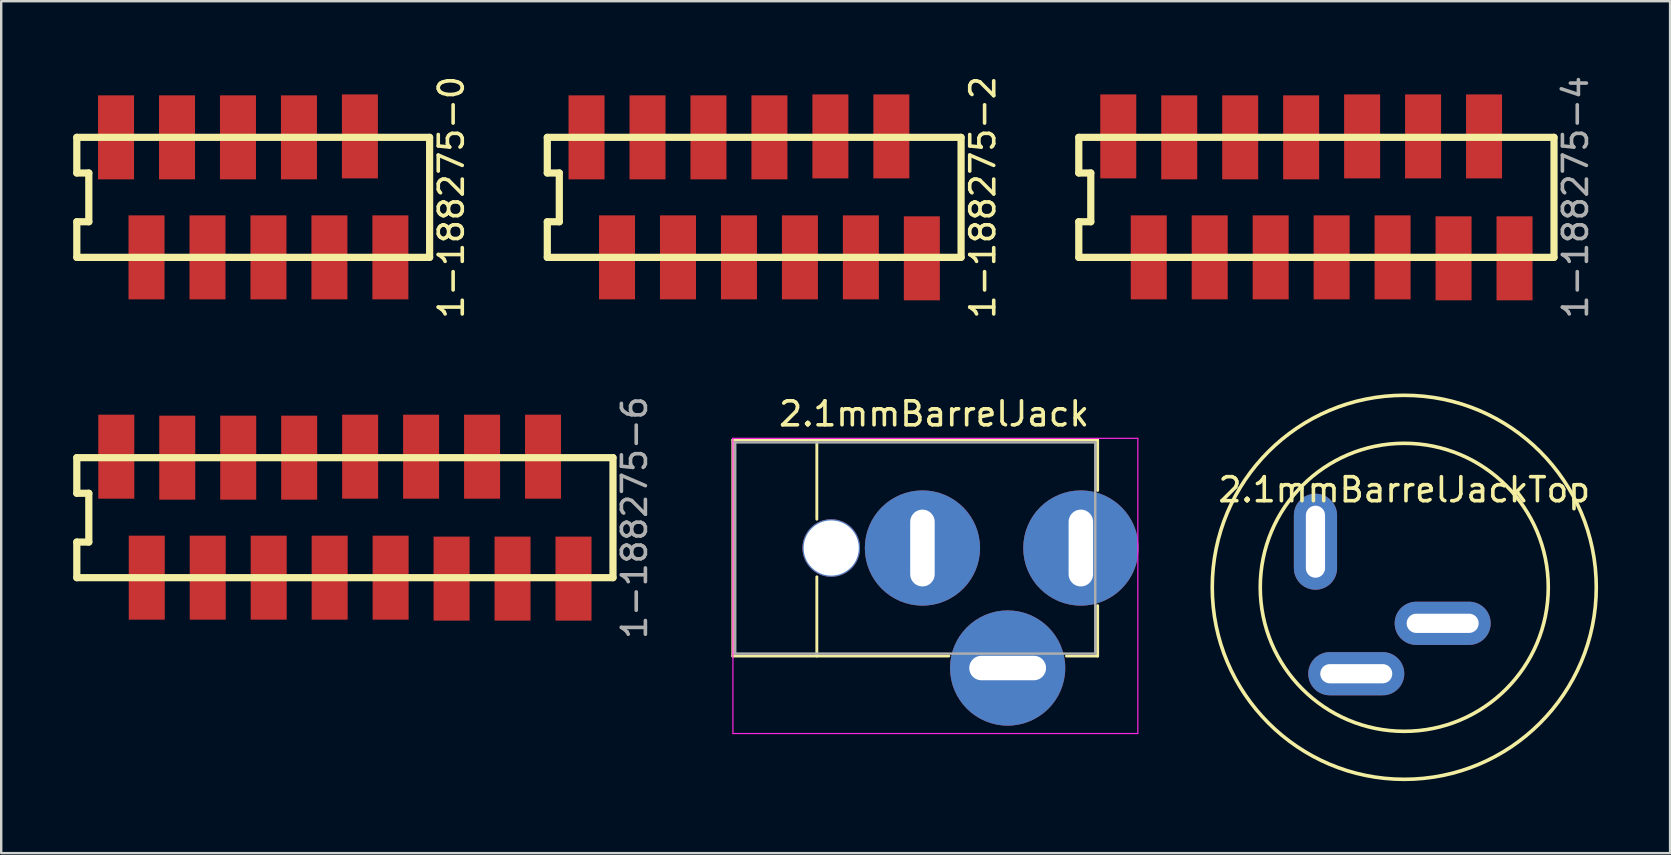
<source format=kicad_pcb>
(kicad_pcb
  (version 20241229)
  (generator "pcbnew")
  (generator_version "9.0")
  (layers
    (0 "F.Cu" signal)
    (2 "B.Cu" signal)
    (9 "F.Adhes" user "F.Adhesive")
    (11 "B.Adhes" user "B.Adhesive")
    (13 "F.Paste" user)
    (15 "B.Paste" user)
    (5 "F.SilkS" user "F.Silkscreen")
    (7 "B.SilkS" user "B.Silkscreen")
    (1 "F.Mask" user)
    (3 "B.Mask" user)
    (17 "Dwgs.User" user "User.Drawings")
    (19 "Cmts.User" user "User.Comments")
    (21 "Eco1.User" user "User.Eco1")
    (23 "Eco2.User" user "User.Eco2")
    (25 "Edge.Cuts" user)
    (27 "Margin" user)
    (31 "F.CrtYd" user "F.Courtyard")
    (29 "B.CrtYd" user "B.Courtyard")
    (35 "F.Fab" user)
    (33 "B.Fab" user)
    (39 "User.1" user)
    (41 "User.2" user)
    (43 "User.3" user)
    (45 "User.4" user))
  (footprint "2.1mmBarrelJackTop"
    (layer "F.Cu")
    (at 55.458 21.42)
    (property "Reference" "2.1mmBarrelJackTop" (at 0 -4.064 0) (layer "F.SilkS") (effects (font (size 1 1) (thickness 0.15))))
    (attr through_hole)
    (fp_circle (center 0 0) (end 6 0) (stroke (width 0.15) (type solid)) (fill no) (layer "F.SilkS"))
    (fp_circle (center 0 0) (end 8 0) (stroke (width 0.15) (type solid)) (fill no) (layer "F.SilkS"))
    (pad "1" thru_hole oval (at -2 3.6) (size 4 1.8) (drill oval 3 0.8) (layers "*.Cu" "*.Mask"))
    (pad "2" thru_hole oval (at 1.6 1.5) (size 4 1.8) (drill oval 3 0.8) (layers "*.Cu" "*.Mask"))
    (pad "3" thru_hole oval (at -3.7 -1.9) (size 1.8 4) (drill oval 0.8 3) (layers "*.Cu" "*.Mask")))
  (footprint "1-188275-2"
    (layer "F.Cu")
    (at 28.373 5.173)
    (property "Reference" "1-188275-2" (at 9.525 0 90) (layer "F.SilkS") (effects (font (size 1 1) (thickness 0.15))))
    (attr through_hole)
    (fp_line (start -8.62 -2.5) (end 8.62 -2.5) (stroke (width 0.3) (type solid)) (layer "F.SilkS"))
    (fp_line (start -8.62 -1.016) (end -8.62 -2.5) (stroke (width 0.3) (type solid)) (layer "F.SilkS"))
    (fp_line (start -8.62 -1.016) (end -8.12 -1.016) (stroke (width 0.3) (type solid)) (layer "F.SilkS"))
    (fp_line (start -8.62 1.016) (end -8.62 2.5) (stroke (width 0.3) (type solid)) (layer "F.SilkS"))
    (fp_line (start -8.12 -1.016) (end -8.12 1.016) (stroke (width 0.3) (type solid)) (layer "F.SilkS"))
    (fp_line (start -8.12 1.016) (end -8.62 1.016) (stroke (width 0.3) (type solid)) (layer "F.SilkS"))
    (fp_line (start 8.62 -2.5) (end 8.62 2.5) (stroke (width 0.3) (type solid)) (layer "F.SilkS"))
    (fp_line (start 8.62 2.5) (end -8.62 2.5) (stroke (width 0.3) (type solid)) (layer "F.SilkS"))
    (pad "1" smd rect (at -6.985 -2.5) (size 1.5 3.5) (layers "F.Cu" "F.Mask" "F.Paste"))
    (pad "2" smd rect (at -5.715 2.5) (size 1.5 3.5) (layers "F.Cu" "F.Mask" "F.Paste"))
    (pad "3" smd rect (at -4.445 -2.5) (size 1.5 3.5) (layers "F.Cu" "F.Mask" "F.Paste"))
    (pad "4" smd rect (at -3.175 2.5) (size 1.5 3.5) (layers "F.Cu" "F.Mask" "F.Paste"))
    (pad "5" smd rect (at -1.905 -2.5) (size 1.5 3.5) (layers "F.Cu" "F.Mask" "F.Paste"))
    (pad "6" smd rect (at -0.635 2.5) (size 1.5 3.5) (layers "F.Cu" "F.Mask" "F.Paste"))
    (pad "7" smd rect (at 0.635 -2.5) (size 1.5 3.5) (layers "F.Cu" "F.Mask" "F.Paste"))
    (pad "8" smd rect (at 1.905 2.5) (size 1.5 3.5) (layers "F.Cu" "F.Mask" "F.Paste"))
    (pad "9" smd rect (at 3.175 -2.54) (size 1.5 3.5) (layers "F.Cu" "F.Mask" "F.Paste"))
    (pad "10" smd rect (at 4.445 2.5) (size 1.5 3.5) (layers "F.Cu" "F.Mask" "F.Paste"))
    (pad "11" smd rect (at 5.715 -2.54) (size 1.5 3.5) (layers "F.Cu" "F.Mask" "F.Paste"))
    (pad "12" smd rect (at 6.985 2.54) (size 1.5 3.5) (layers "F.Cu" "F.Mask" "F.Paste")))
  (footprint "2.1mmBarrelJack"
    (layer "F.Cu")
    (at 27.483 19.783)
    (property "Reference" "2.1mmBarrelJack" (at 8.384 -5.59 0) (layer "F.SilkS") (effects (font (size 1 1) (thickness 0.15))))
    (attr through_hole)
    (fp_line (start 0 -4.5) (end 15.2 -4.5) (stroke (width 0.12) (type solid)) (layer "F.SilkS"))
    (fp_line (start 0 4.5) (end 0 -4.5) (stroke (width 0.12) (type solid)) (layer "F.SilkS"))
    (fp_line (start 3.5 -4.5) (end 3.5 -1.2) (stroke (width 0.12) (type solid)) (layer "F.SilkS"))
    (fp_line (start 3.5 1.2) (end 3.5 4.5) (stroke (width 0.12) (type solid)) (layer "F.SilkS"))
    (fp_line (start 9 4.5) (end 0 4.5) (stroke (width 0.12) (type solid)) (layer "F.SilkS"))
    (fp_line (start 13.9 4.5) (end 15.2 4.5) (stroke (width 0.12) (type solid)) (layer "F.SilkS"))
    (fp_line (start 15.2 -4.5) (end 15.2 -2.4) (stroke (width 0.12) (type solid)) (layer "F.SilkS"))
    (fp_line (start 15.2 2.4) (end 15.2 4.5) (stroke (width 0.12) (type solid)) (layer "F.SilkS"))
    (fp_line (start 0.004 -4.57) (end 0.004 7.73) (stroke (width 0.05) (type solid)) (layer "F.CrtYd"))
    (fp_line (start 0.004 -4.57) (end 16.874 -4.57) (stroke (width 0.05) (type solid)) (layer "F.CrtYd"))
    (fp_line (start 16.874 7.73) (end 0.004 7.73) (stroke (width 0.05) (type solid)) (layer "F.CrtYd"))
    (fp_line (start 16.874 7.73) (end 16.874 -4.57) (stroke (width 0.05) (type solid)) (layer "F.CrtYd"))
    (fp_line (start 0.1 -4.4) (end 0.1 4.4) (stroke (width 0.1) (type solid)) (layer "F.Fab"))
    (fp_line (start 0.1 -4.4) (end 15.1 -4.4) (stroke (width 0.1) (type solid)) (layer "F.Fab"))
    (fp_line (start 0.1 4.4) (end 15.1 4.4) (stroke (width 0.1) (type solid)) (layer "F.Fab"))
    (fp_line (start 15.1 -4.4) (end 15.1 4.4) (stroke (width 0.1) (type solid)) (layer "F.Fab"))
    (pad "" thru_hole circle (at 4.1 0) (size 2.4 2.4) (drill 2.3) (layers "*.Cu" "*.Mask"))
    (pad "1" thru_hole circle (at 14.5 0) (size 4.8 4.8) (drill oval 1.02 3.2) (layers "*.Cu" "*.Mask"))
    (pad "2" thru_hole circle (at 7.9 0) (size 4.8 4.8) (drill oval 1.02 3.2) (layers "*.Cu" "*.Mask"))
    (pad "3" thru_hole circle (at 11.45 5) (size 4.8 4.8) (drill oval 3.2 1.02) (layers "*.Cu" "*.Mask")))
  (footprint "1-188275-6"
    (layer "F.Cu")
    (at 11.32 18.518)
    (property "Reference" "1-188275-6" (at 12.065 0 90) (layer "F.Fab") (effects (font (size 1 1) (thickness 0.15))))
    (attr through_hole)
    (fp_line (start -11.17 -2.5) (end 11.17 -2.5) (stroke (width 0.3) (type solid)) (layer "F.SilkS"))
    (fp_line (start -11.17 -1.016) (end -11.17 -2.5) (stroke (width 0.3) (type solid)) (layer "F.SilkS"))
    (fp_line (start -11.17 -1.016) (end -10.67 -1.016) (stroke (width 0.3) (type solid)) (layer "F.SilkS"))
    (fp_line (start -11.17 1.016) (end -11.17 2.5) (stroke (width 0.3) (type solid)) (layer "F.SilkS"))
    (fp_line (start -10.67 -1.016) (end -10.67 1.016) (stroke (width 0.3) (type solid)) (layer "F.SilkS"))
    (fp_line (start -10.67 1.016) (end -11.17 1.016) (stroke (width 0.3) (type solid)) (layer "F.SilkS"))
    (fp_line (start 11.17 -2.5) (end 11.17 2.5) (stroke (width 0.3) (type solid)) (layer "F.SilkS"))
    (fp_line (start 11.17 2.5) (end -11.17 2.5) (stroke (width 0.3) (type solid)) (layer "F.SilkS"))
    (pad "1" smd rect (at -9.525 -2.54) (size 1.5 3.5) (layers "F.Cu" "F.Mask" "F.Paste"))
    (pad "2" smd rect (at -8.255 2.5) (size 1.5 3.5) (layers "F.Cu" "F.Mask" "F.Paste"))
    (pad "3" smd rect (at -6.985 -2.5) (size 1.5 3.5) (layers "F.Cu" "F.Mask" "F.Paste"))
    (pad "4" smd rect (at -5.715 2.5) (size 1.5 3.5) (layers "F.Cu" "F.Mask" "F.Paste"))
    (pad "5" smd rect (at -4.445 -2.5) (size 1.5 3.5) (layers "F.Cu" "F.Mask" "F.Paste"))
    (pad "6" smd rect (at -3.175 2.5) (size 1.5 3.5) (layers "F.Cu" "F.Mask" "F.Paste"))
    (pad "7" smd rect (at -1.905 -2.5) (size 1.5 3.5) (layers "F.Cu" "F.Mask" "F.Paste"))
    (pad "8" smd rect (at -0.635 2.5) (size 1.5 3.5) (layers "F.Cu" "F.Mask" "F.Paste"))
    (pad "9" smd rect (at 0.635 -2.54) (size 1.5 3.5) (layers "F.Cu" "F.Mask" "F.Paste"))
    (pad "10" smd rect (at 1.905 2.5) (size 1.5 3.5) (layers "F.Cu" "F.Mask" "F.Paste"))
    (pad "11" smd rect (at 3.175 -2.54) (size 1.5 3.5) (layers "F.Cu" "F.Mask" "F.Paste"))
    (pad "12" smd rect (at 4.445 2.54) (size 1.5 3.5) (layers "F.Cu" "F.Mask" "F.Paste"))
    (pad "13" smd rect (at 5.715 -2.54) (size 1.5 3.5) (layers "F.Cu" "F.Mask" "F.Paste"))
    (pad "14" smd rect (at 6.985 2.54) (size 1.5 3.5) (layers "F.Cu" "F.Mask" "F.Paste"))
    (pad "15" smd rect (at 8.255 -2.54) (size 1.5 3.5) (layers "F.Cu" "F.Mask" "F.Paste"))
    (pad "16" smd rect (at 9.525 2.54) (size 1.5 3.5) (layers "F.Cu" "F.Mask" "F.Paste")))
  (footprint "1-188275-0"
    (layer "F.Cu")
    (at 7.5 5.173)
    (property "Reference" "1-188275-0" (at 8.255 0 90) (layer "F.SilkS") (effects (font (size 1 1) (thickness 0.15))))
    (attr through_hole)
    (fp_line (start -7.35 -2.5) (end 7.35 -2.5) (stroke (width 0.3) (type solid)) (layer "F.SilkS"))
    (fp_line (start -7.35 -1.016) (end -7.35 -2.5) (stroke (width 0.3) (type solid)) (layer "F.SilkS"))
    (fp_line (start -7.35 -1.016) (end -6.85 -1.016) (stroke (width 0.3) (type solid)) (layer "F.SilkS"))
    (fp_line (start -7.35 1.016) (end -7.35 2.5) (stroke (width 0.3) (type solid)) (layer "F.SilkS"))
    (fp_line (start -6.85 -1.016) (end -6.85 1.016) (stroke (width 0.3) (type solid)) (layer "F.SilkS"))
    (fp_line (start -6.85 1.016) (end -7.35 1.016) (stroke (width 0.3) (type solid)) (layer "F.SilkS"))
    (fp_line (start 7.35 -2.5) (end 7.35 2.5) (stroke (width 0.3) (type solid)) (layer "F.SilkS"))
    (fp_line (start 7.35 2.5) (end -7.35 2.5) (stroke (width 0.3) (type solid)) (layer "F.SilkS"))
    (pad "1" smd rect (at -5.715 -2.5) (size 1.5 3.5) (layers "F.Cu" "F.Mask" "F.Paste"))
    (pad "2" smd rect (at -4.445 2.5) (size 1.5 3.5) (layers "F.Cu" "F.Mask" "F.Paste"))
    (pad "3" smd rect (at -3.175 -2.5) (size 1.5 3.5) (layers "F.Cu" "F.Mask" "F.Paste"))
    (pad "4" smd rect (at -1.905 2.5) (size 1.5 3.5) (layers "F.Cu" "F.Mask" "F.Paste"))
    (pad "5" smd rect (at -0.635 -2.5) (size 1.5 3.5) (layers "F.Cu" "F.Mask" "F.Paste"))
    (pad "6" smd rect (at 0.635 2.5) (size 1.5 3.5) (layers "F.Cu" "F.Mask" "F.Paste"))
    (pad "7" smd rect (at 1.905 -2.5) (size 1.5 3.5) (layers "F.Cu" "F.Mask" "F.Paste"))
    (pad "8" smd rect (at 3.175 2.5) (size 1.5 3.5) (layers "F.Cu" "F.Mask" "F.Paste"))
    (pad "9" smd rect (at 4.445 -2.54) (size 1.5 3.5) (layers "F.Cu" "F.Mask" "F.Paste"))
    (pad "10" smd rect (at 5.715 2.5) (size 1.5 3.5) (layers "F.Cu" "F.Mask" "F.Paste")))
  (footprint "1-188275-4"
    (layer "F.Cu")
    (at 51.797 5.173)
    (property "Reference" "1-188275-4" (at 10.795 0 90) (layer "F.Fab") (effects (font (size 1 1) (thickness 0.15))))
    (attr through_hole)
    (fp_line (start -9.9 -2.5) (end 9.9 -2.5) (stroke (width 0.3) (type solid)) (layer "F.SilkS"))
    (fp_line (start -9.9 -1.016) (end -9.9 -2.5) (stroke (width 0.3) (type solid)) (layer "F.SilkS"))
    (fp_line (start -9.9 -1.016) (end -9.4 -1.016) (stroke (width 0.3) (type solid)) (layer "F.SilkS"))
    (fp_line (start -9.9 1.016) (end -9.9 2.5) (stroke (width 0.3) (type solid)) (layer "F.SilkS"))
    (fp_line (start -9.4 -1.016) (end -9.4 1.016) (stroke (width 0.3) (type solid)) (layer "F.SilkS"))
    (fp_line (start -9.4 1.016) (end -9.9 1.016) (stroke (width 0.3) (type solid)) (layer "F.SilkS"))
    (fp_line (start 9.9 -2.5) (end 9.9 2.5) (stroke (width 0.3) (type solid)) (layer "F.SilkS"))
    (fp_line (start 9.9 2.5) (end -9.9 2.5) (stroke (width 0.3) (type solid)) (layer "F.SilkS"))
    (pad "1" smd rect (at -8.255 -2.54) (size 1.5 3.5) (layers "F.Cu" "F.Mask" "F.Paste"))
    (pad "2" smd rect (at -6.985 2.5) (size 1.5 3.5) (layers "F.Cu" "F.Mask" "F.Paste"))
    (pad "3" smd rect (at -5.715 -2.5) (size 1.5 3.5) (layers "F.Cu" "F.Mask" "F.Paste"))
    (pad "4" smd rect (at -4.445 2.5) (size 1.5 3.5) (layers "F.Cu" "F.Mask" "F.Paste"))
    (pad "5" smd rect (at -3.175 -2.5) (size 1.5 3.5) (layers "F.Cu" "F.Mask" "F.Paste"))
    (pad "6" smd rect (at -1.905 2.5) (size 1.5 3.5) (layers "F.Cu" "F.Mask" "F.Paste"))
    (pad "7" smd rect (at -0.635 -2.5) (size 1.5 3.5) (layers "F.Cu" "F.Mask" "F.Paste"))
    (pad "8" smd rect (at 0.635 2.5) (size 1.5 3.5) (layers "F.Cu" "F.Mask" "F.Paste"))
    (pad "9" smd rect (at 1.905 -2.54) (size 1.5 3.5) (layers "F.Cu" "F.Mask" "F.Paste"))
    (pad "10" smd rect (at 3.175 2.5) (size 1.5 3.5) (layers "F.Cu" "F.Mask" "F.Paste"))
    (pad "11" smd rect (at 4.445 -2.54) (size 1.5 3.5) (layers "F.Cu" "F.Mask" "F.Paste"))
    (pad "12" smd rect (at 5.715 2.54) (size 1.5 3.5) (layers "F.Cu" "F.Mask" "F.Paste"))
    (pad "13" smd rect (at 6.985 -2.54) (size 1.5 3.5) (layers "F.Cu" "F.Mask" "F.Paste"))
    (pad "14" smd rect (at 8.255 2.54) (size 1.5 3.5) (layers "F.Cu" "F.Mask" "F.Paste")))
  (gr_rect
    (start -3 -3)
    (end 66.533 32.495)
    (stroke (width 0.1) (type default))
    (fill no)
    (layer "Edge.Cuts")))
</source>
